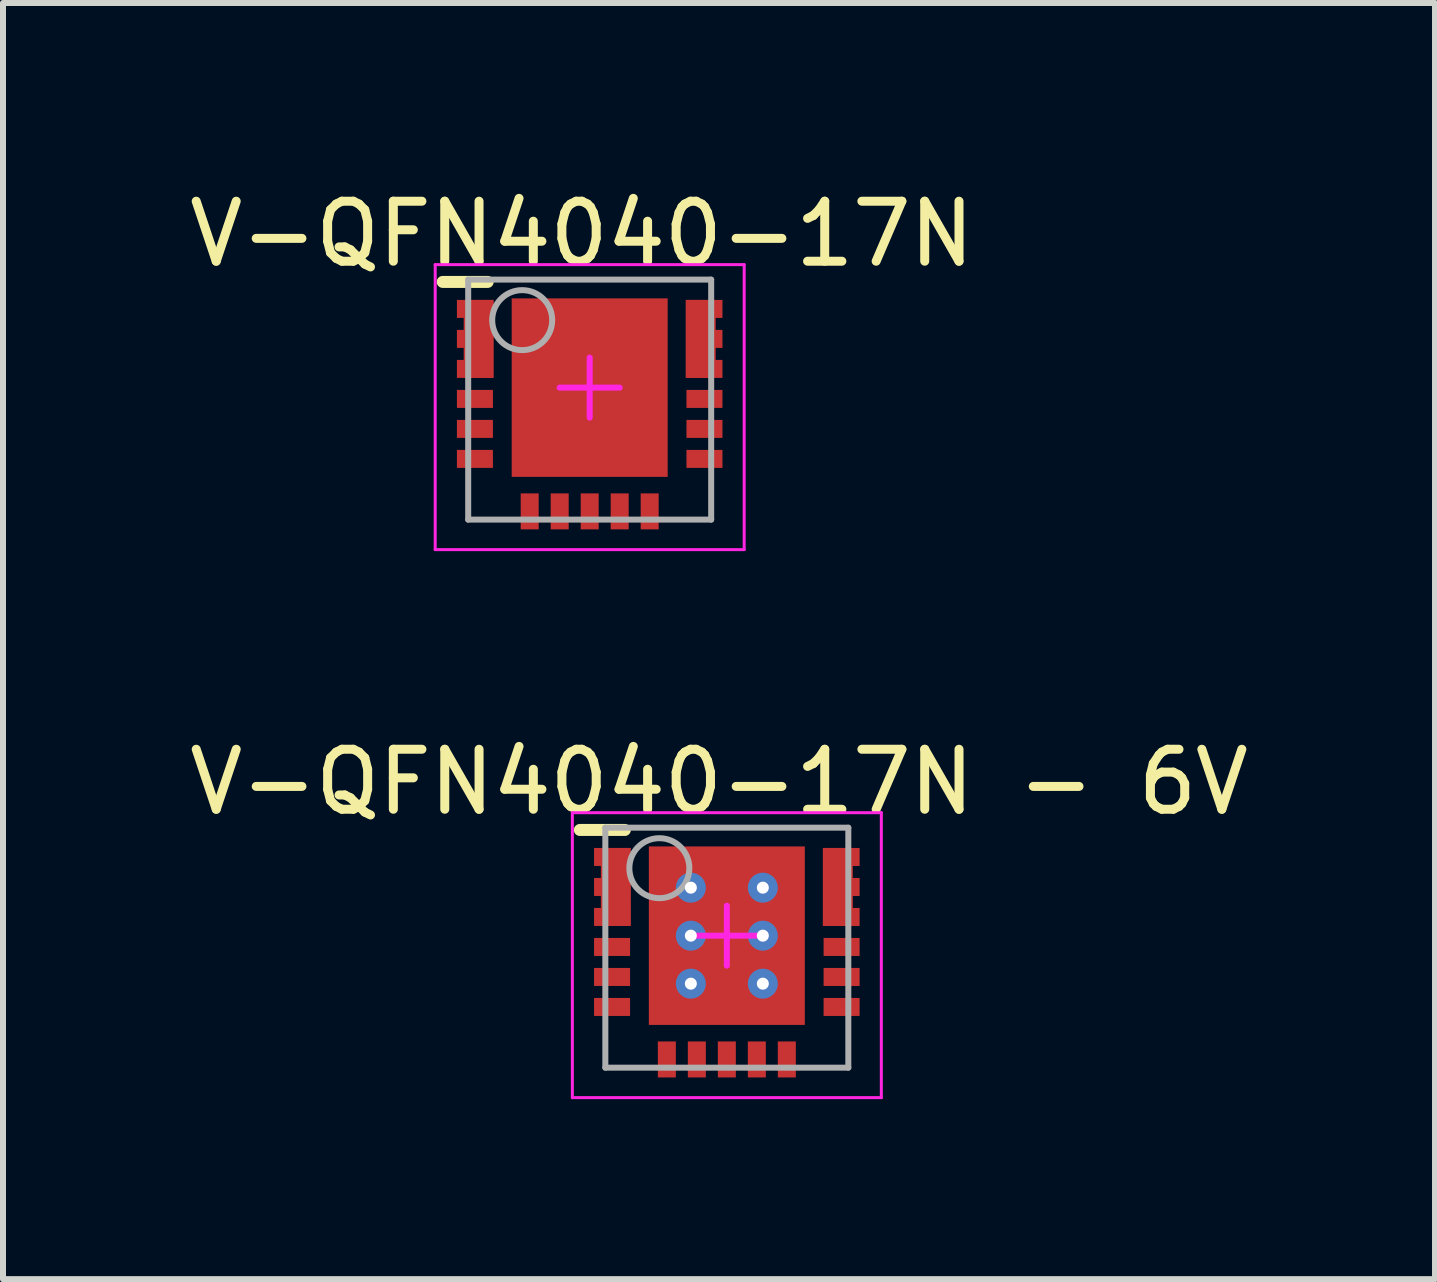
<source format=kicad_pcb>
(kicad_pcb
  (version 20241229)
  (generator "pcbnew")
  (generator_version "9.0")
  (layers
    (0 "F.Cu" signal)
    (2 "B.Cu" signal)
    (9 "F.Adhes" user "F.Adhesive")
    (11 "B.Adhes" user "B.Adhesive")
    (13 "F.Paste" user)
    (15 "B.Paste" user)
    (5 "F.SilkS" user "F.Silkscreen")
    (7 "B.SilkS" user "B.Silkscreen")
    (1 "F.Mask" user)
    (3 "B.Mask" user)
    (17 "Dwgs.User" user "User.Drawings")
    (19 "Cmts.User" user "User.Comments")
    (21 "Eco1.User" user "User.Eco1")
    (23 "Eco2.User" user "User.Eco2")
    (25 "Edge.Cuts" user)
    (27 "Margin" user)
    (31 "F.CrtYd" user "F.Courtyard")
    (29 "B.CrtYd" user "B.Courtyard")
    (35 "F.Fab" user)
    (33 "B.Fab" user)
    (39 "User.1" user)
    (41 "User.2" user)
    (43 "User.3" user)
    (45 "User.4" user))
  (footprint "V-QFN4040-17N - 6V"
    (layer "F.Cu")
    (at 9.065 12.546)
    (property "Reference" "V-QFN4040-17N - 6V" (at -0.13 -2.562 0) (layer "F.SilkS") (effects (font (size 1 1) (thickness 0.15))))
    (fp_rect (start -2.29 -0.087) (end -1.535 -1.538) (stroke (width 0) (type default)) (fill yes) (layer "F.Mask"))
    (fp_rect (start 2.29 -1.538) (end 1.535 -0.087) (stroke (width 0) (type default)) (fill yes) (layer "F.Mask"))
    (fp_line (start -2.45 -1.762) (end -1.7 -1.762) (stroke (width 0.2) (type solid)) (layer "F.SilkS"))
    (fp_rect (start -2.1 -0.163) (end -1.6 -1.462) (stroke (width 0) (type default)) (fill yes) (layer "F.Paste"))
    (fp_rect (start -1.3 -0.85) (end -0.7 -1.481) (stroke (width 0) (type default)) (fill yes) (layer "F.Paste"))
    (fp_rect (start -1.3 -0.05) (end -0.7 -0.75) (stroke (width 0) (type default)) (fill yes) (layer "F.Paste"))
    (fp_rect (start -1.3 0.75) (end -0.7 0.05) (stroke (width 0) (type default)) (fill yes) (layer "F.Paste"))
    (fp_rect (start -1.3 1.481) (end -0.7 0.85) (stroke (width 0) (type default)) (fill yes) (layer "F.Paste"))
    (fp_rect (start -0.5 -0.85) (end 0.5 -1.483) (stroke (width 0) (type default)) (fill yes) (layer "F.Paste"))
    (fp_rect (start -0.5 -0.05) (end 0.5 -0.75) (stroke (width 0) (type default)) (fill yes) (layer "F.Paste"))
    (fp_rect (start -0.5 0.75) (end 0.5 0.05) (stroke (width 0) (type default)) (fill yes) (layer "F.Paste"))
    (fp_rect (start -0.5 1.483) (end 0.5 0.85) (stroke (width 0) (type default)) (fill yes) (layer "F.Paste"))
    (fp_rect (start 1.3 -1.481) (end 0.7 -0.85) (stroke (width 0) (type default)) (fill yes) (layer "F.Paste"))
    (fp_rect (start 1.3 -0.75) (end 0.7 -0.05) (stroke (width 0) (type default)) (fill yes) (layer "F.Paste"))
    (fp_rect (start 1.3 0.05) (end 0.7 0.75) (stroke (width 0) (type default)) (fill yes) (layer "F.Paste"))
    (fp_rect (start 1.3 0.85) (end 0.7 1.481) (stroke (width 0) (type default)) (fill yes) (layer "F.Paste"))
    (fp_rect (start 2.1 -1.462) (end 1.6 -0.163) (stroke (width 0) (type default)) (fill yes) (layer "F.Paste"))
    (fp_line (start -2.575 -2.05) (end 2.575 -2.05) (stroke (width 0.05) (type solid)) (layer "F.CrtYd"))
    (fp_line (start -2.575 2.7) (end -2.575 -2.05) (stroke (width 0.05) (type solid)) (layer "F.CrtYd"))
    (fp_line (start -2.575 2.7) (end 2.575 2.7) (stroke (width 0.05) (type solid)) (layer "F.CrtYd"))
    (fp_line (start -0.5 0) (end 0.5 0) (stroke (width 0.1) (type solid)) (layer "F.CrtYd"))
    (fp_line (start 0 0.5) (end 0 -0.5) (stroke (width 0.1) (type solid)) (layer "F.CrtYd"))
    (fp_line (start 2.575 2.7) (end 2.575 -2.05) (stroke (width 0.05) (type solid)) (layer "F.CrtYd"))
    (fp_line (start -2.025 -1.8) (end 2.025 -1.8) (stroke (width 0.1) (type solid)) (layer "F.Fab"))
    (fp_line (start -2.025 2.2) (end -2.025 -1.8) (stroke (width 0.1) (type solid)) (layer "F.Fab"))
    (fp_line (start -2.025 2.2) (end 2.025 2.2) (stroke (width 0.1) (type solid)) (layer "F.Fab"))
    (fp_line (start 2.025 2.2) (end 2.025 -1.8) (stroke (width 0.1) (type solid)) (layer "F.Fab"))
    (fp_circle (center -1.125 -1.125) (end -1.125 -1.625) (stroke (width 0.1) (type solid)) (fill no) (layer "F.Fab"))
    (pad "1" smd rect (at -1.913 -1.312 90) (size 0.3 0.6) (layers "F.Cu" "F.Paste"))
    (pad "2" smd rect (at -1.913 -0.812 90) (size 0.3 0.6) (layers "F.Cu" "F.Paste"))
    (pad "3" smd rect (at -1.913 -0.312 90) (size 0.3 0.6) (layers "F.Cu" "F.Paste"))
    (pad "3" smd rect (at -1.85 -0.812) (size 0.5 1.3) (layers "F.Cu"))
    (pad "4" smd rect (at -1.913 0.188 90) (size 0.3 0.6) (layers "F.Cu" "F.Mask" "F.Paste"))
    (pad "5" smd rect (at -1.913 0.688 90) (size 0.3 0.6) (layers "F.Cu" "F.Mask" "F.Paste"))
    (pad "6" smd rect (at -1.913 1.188 90) (size 0.3 0.6) (layers "F.Cu" "F.Mask" "F.Paste"))
    (pad "7" smd rect (at -1 2.063) (size 0.3 0.6) (layers "F.Cu" "F.Mask" "F.Paste"))
    (pad "8" smd rect (at -0.5 2.063) (size 0.3 0.6) (layers "F.Cu" "F.Mask" "F.Paste"))
    (pad "9" smd rect (at 0 2.063) (size 0.3 0.6) (layers "F.Cu" "F.Mask" "F.Paste"))
    (pad "10" smd rect (at 0.5 2.063) (size 0.3 0.6) (layers "F.Cu" "F.Mask" "F.Paste"))
    (pad "11" smd rect (at 1 2.063) (size 0.3 0.6) (layers "F.Cu" "F.Mask" "F.Paste"))
    (pad "12" smd rect (at 1.913 1.188 90) (size 0.3 0.6) (layers "F.Cu" "F.Mask" "F.Paste"))
    (pad "13" smd rect (at 1.913 0.688 90) (size 0.3 0.6) (layers "F.Cu" "F.Mask" "F.Paste"))
    (pad "14" smd rect (at 1.913 0.188 90) (size 0.3 0.6) (layers "F.Cu" "F.Mask" "F.Paste"))
    (pad "15" smd rect (at 1.913 -0.312 90) (size 0.3 0.6) (layers "F.Cu" "F.Paste"))
    (pad "16" smd rect (at 1.913 -0.812 90) (size 0.3 0.6) (layers "F.Cu" "F.Paste"))
    (pad "17" smd rect (at 1.85 -0.812) (size 0.5 1.3) (layers "F.Cu"))
    (pad "17" smd rect (at 1.913 -1.312 90) (size 0.3 0.6) (layers "F.Cu" "F.Paste"))
    (pad "18" thru_hole circle (at -0.6 -0.8) (size 0.5 0.5) (drill 0.2) (layers "*.Cu" "*.Mask"))
    (pad "18" thru_hole circle (at -0.6 0) (size 0.5 0.5) (drill 0.2) (layers "*.Cu" "*.Mask"))
    (pad "18" thru_hole circle (at -0.6 0.8) (size 0.5 0.5) (drill 0.2) (layers "*.Cu" "*.Mask"))
    (pad "18" smd rect (at 0 0) (size 2.6 2.975) (layers "F.Cu" "F.Mask" "F.Paste"))
    (pad "18" thru_hole circle (at 0.6 -0.8) (size 0.5 0.5) (drill 0.2) (layers "*.Cu" "*.Mask"))
    (pad "18" thru_hole circle (at 0.6 0) (size 0.5 0.5) (drill 0.2) (layers "*.Cu" "*.Mask"))
    (pad "18" thru_hole circle (at 0.6 0.8) (size 0.5 0.5) (drill 0.2) (layers "*.Cu" "*.Mask")))
  (footprint "V-QFN4040-17N"
    (layer "F.Cu")
    (at 6.779 3.411)
    (property "Reference" "V-QFN4040-17N" (at -0.13 -2.562 0) (layer "F.SilkS") (effects (font (size 1 1) (thickness 0.15))))
    (fp_rect (start -2.29 -0.087) (end -1.535 -1.538) (stroke (width 0) (type default)) (fill yes) (layer "F.Mask"))
    (fp_rect (start 2.29 -1.538) (end 1.535 -0.087) (stroke (width 0) (type default)) (fill yes) (layer "F.Mask"))
    (fp_line (start -2.45 -1.762) (end -1.7 -1.762) (stroke (width 0.2) (type solid)) (layer "F.SilkS"))
    (fp_rect (start -2.1 -0.163) (end -1.6 -1.462) (stroke (width 0) (type default)) (fill yes) (layer "F.Paste"))
    (fp_rect (start -1.2 -0.1) (end -0.1 -1.4) (stroke (width 0) (type default)) (fill yes) (layer "F.Paste"))
    (fp_rect (start -1.2 1.4) (end -0.1 0.1) (stroke (width 0) (type default)) (fill yes) (layer "F.Paste"))
    (fp_rect (start 1.2 -1.4) (end 0.1 -0.1) (stroke (width 0) (type default)) (fill yes) (layer "F.Paste"))
    (fp_rect (start 1.2 0.1) (end 0.1 1.4) (stroke (width 0) (type default)) (fill yes) (layer "F.Paste"))
    (fp_rect (start 2.1 -1.462) (end 1.6 -0.163) (stroke (width 0) (type default)) (fill yes) (layer "F.Paste"))
    (fp_line (start -2.575 -2.05) (end 2.575 -2.05) (stroke (width 0.05) (type solid)) (layer "F.CrtYd"))
    (fp_line (start -2.575 2.7) (end -2.575 -2.05) (stroke (width 0.05) (type solid)) (layer "F.CrtYd"))
    (fp_line (start -2.575 2.7) (end 2.575 2.7) (stroke (width 0.05) (type solid)) (layer "F.CrtYd"))
    (fp_line (start -0.5 0) (end 0.5 0) (stroke (width 0.1) (type solid)) (layer "F.CrtYd"))
    (fp_line (start 0 0.5) (end 0 -0.5) (stroke (width 0.1) (type solid)) (layer "F.CrtYd"))
    (fp_line (start 2.575 2.7) (end 2.575 -2.05) (stroke (width 0.05) (type solid)) (layer "F.CrtYd"))
    (fp_line (start -2.025 -1.8) (end 2.025 -1.8) (stroke (width 0.1) (type solid)) (layer "F.Fab"))
    (fp_line (start -2.025 2.2) (end -2.025 -1.8) (stroke (width 0.1) (type solid)) (layer "F.Fab"))
    (fp_line (start -2.025 2.2) (end 2.025 2.2) (stroke (width 0.1) (type solid)) (layer "F.Fab"))
    (fp_line (start 2.025 2.2) (end 2.025 -1.8) (stroke (width 0.1) (type solid)) (layer "F.Fab"))
    (fp_circle (center -1.125 -1.125) (end -1.125 -1.625) (stroke (width 0.1) (type solid)) (fill no) (layer "F.Fab"))
    (pad "1" smd rect (at -1.913 -1.312 90) (size 0.3 0.6) (layers "F.Cu" "F.Paste"))
    (pad "2" smd rect (at -1.913 -0.812 90) (size 0.3 0.6) (layers "F.Cu" "F.Paste"))
    (pad "3" smd rect (at -1.913 -0.312 90) (size 0.3 0.6) (layers "F.Cu" "F.Paste"))
    (pad "3" smd rect (at -1.85 -0.812) (size 0.5 1.3) (layers "F.Cu"))
    (pad "4" smd rect (at -1.913 0.188 90) (size 0.3 0.6) (layers "F.Cu" "F.Mask" "F.Paste"))
    (pad "5" smd rect (at -1.913 0.688 90) (size 0.3 0.6) (layers "F.Cu" "F.Mask" "F.Paste"))
    (pad "6" smd rect (at -1.913 1.188 90) (size 0.3 0.6) (layers "F.Cu" "F.Mask" "F.Paste"))
    (pad "7" smd rect (at -1 2.063) (size 0.3 0.6) (layers "F.Cu" "F.Mask" "F.Paste"))
    (pad "8" smd rect (at -0.5 2.063) (size 0.3 0.6) (layers "F.Cu" "F.Mask" "F.Paste"))
    (pad "9" smd rect (at 0 2.063) (size 0.3 0.6) (layers "F.Cu" "F.Mask" "F.Paste"))
    (pad "10" smd rect (at 0.5 2.063) (size 0.3 0.6) (layers "F.Cu" "F.Mask" "F.Paste"))
    (pad "11" smd rect (at 1 2.063) (size 0.3 0.6) (layers "F.Cu" "F.Mask" "F.Paste"))
    (pad "12" smd rect (at 1.913 1.188 90) (size 0.3 0.6) (layers "F.Cu" "F.Mask" "F.Paste"))
    (pad "13" smd rect (at 1.913 0.688 90) (size 0.3 0.6) (layers "F.Cu" "F.Mask" "F.Paste"))
    (pad "14" smd rect (at 1.913 0.188 90) (size 0.3 0.6) (layers "F.Cu" "F.Mask" "F.Paste"))
    (pad "15" smd rect (at 1.913 -0.312 90) (size 0.3 0.6) (layers "F.Cu" "F.Paste"))
    (pad "16" smd rect (at 1.913 -0.812 90) (size 0.3 0.6) (layers "F.Cu" "F.Paste"))
    (pad "17" smd rect (at 1.85 -0.812) (size 0.5 1.3) (layers "F.Cu"))
    (pad "17" smd rect (at 1.913 -1.312 90) (size 0.3 0.6) (layers "F.Cu" "F.Paste"))
    (pad "18" smd rect (at 0 0) (size 2.6 2.975) (layers "F.Cu" "F.Mask" "F.Paste")))
  (gr_rect
    (start -3 -3)
    (end 20.869 18.271)
    (stroke (width 0.1) (type default))
    (fill no)
    (layer "Edge.Cuts")))
</source>
